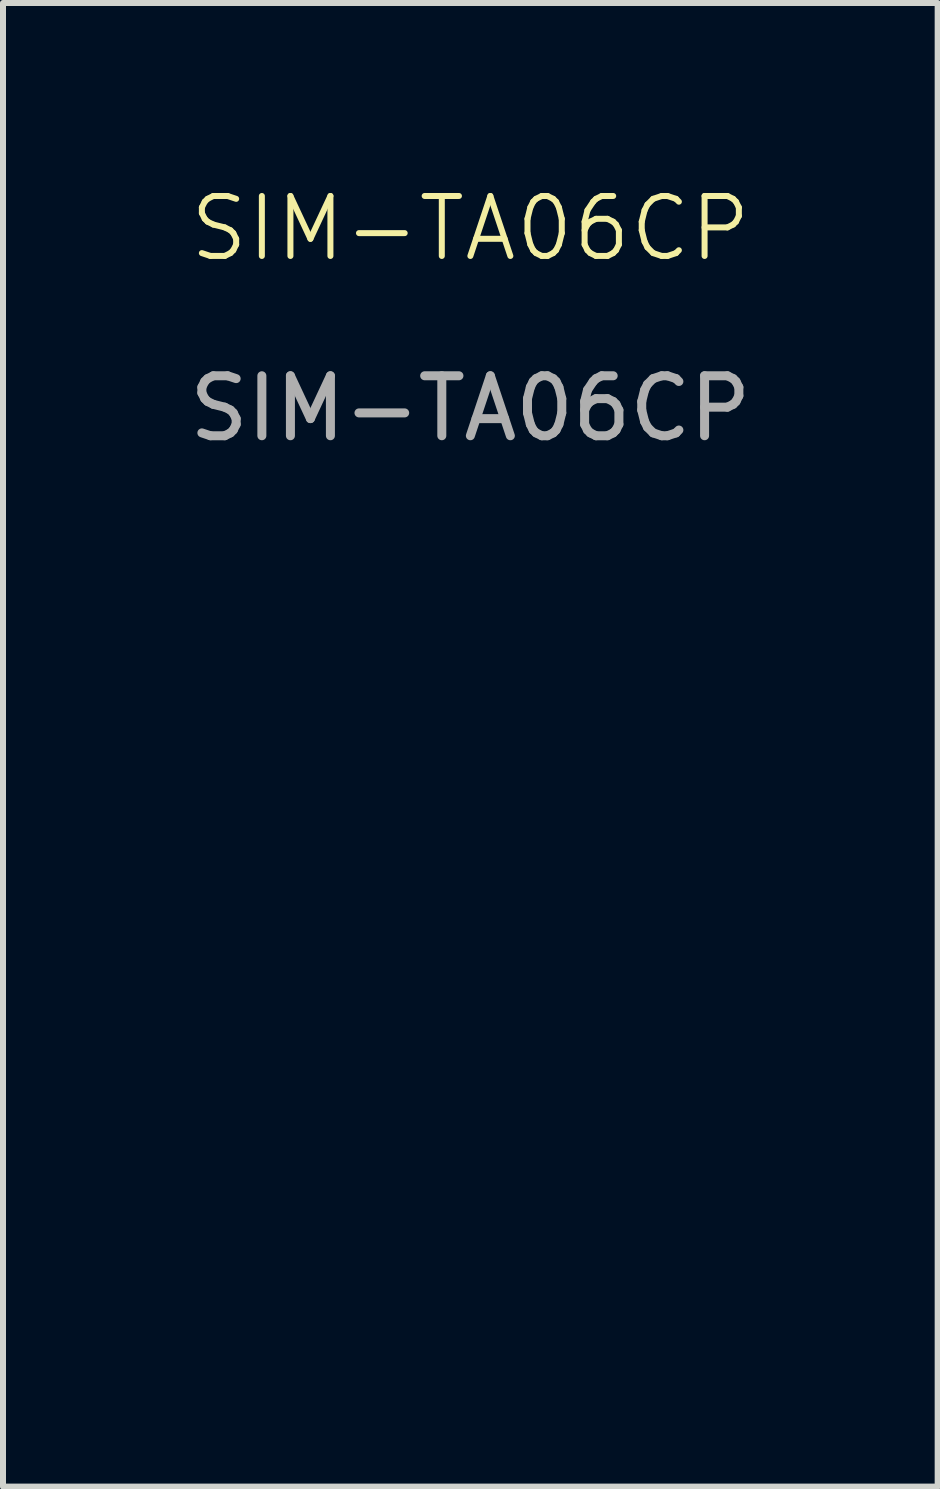
<source format=kicad_pcb>
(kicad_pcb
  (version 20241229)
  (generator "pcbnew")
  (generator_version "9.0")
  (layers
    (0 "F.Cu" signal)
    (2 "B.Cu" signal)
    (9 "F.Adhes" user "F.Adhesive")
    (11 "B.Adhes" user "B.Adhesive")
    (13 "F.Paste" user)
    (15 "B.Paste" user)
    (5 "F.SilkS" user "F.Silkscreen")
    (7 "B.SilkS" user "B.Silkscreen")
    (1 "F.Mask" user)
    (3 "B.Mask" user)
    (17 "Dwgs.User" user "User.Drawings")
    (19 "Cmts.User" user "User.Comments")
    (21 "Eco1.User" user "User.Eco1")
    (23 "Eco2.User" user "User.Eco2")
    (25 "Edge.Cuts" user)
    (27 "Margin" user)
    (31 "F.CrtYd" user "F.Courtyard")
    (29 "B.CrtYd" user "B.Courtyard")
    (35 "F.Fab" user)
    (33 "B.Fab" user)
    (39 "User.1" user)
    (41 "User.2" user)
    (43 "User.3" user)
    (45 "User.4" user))
  (footprint "SIM-TA06CP"
    (layer "F.Cu")
    (at 4.867 18.485)
    (property "Reference" "SIM-TA06CP" (at -0.075 -17.725 0) (unlocked yes) (layer "F.SilkS") (effects (font (size 1 1) (thickness 0.1))))
    (attr smd)
    (fp_text user "${REFERENCE}" (at -0.075 -14.725 0) (unlocked yes) (layer "F.Fab") (effects (font (size 1 1) (thickness 0.15)))))
  (gr_rect
    (start -3 -3)
    (end 12.583 21.735)
    (stroke (width 0.1) (type default))
    (fill no)
    (layer "Edge.Cuts")))
</source>
